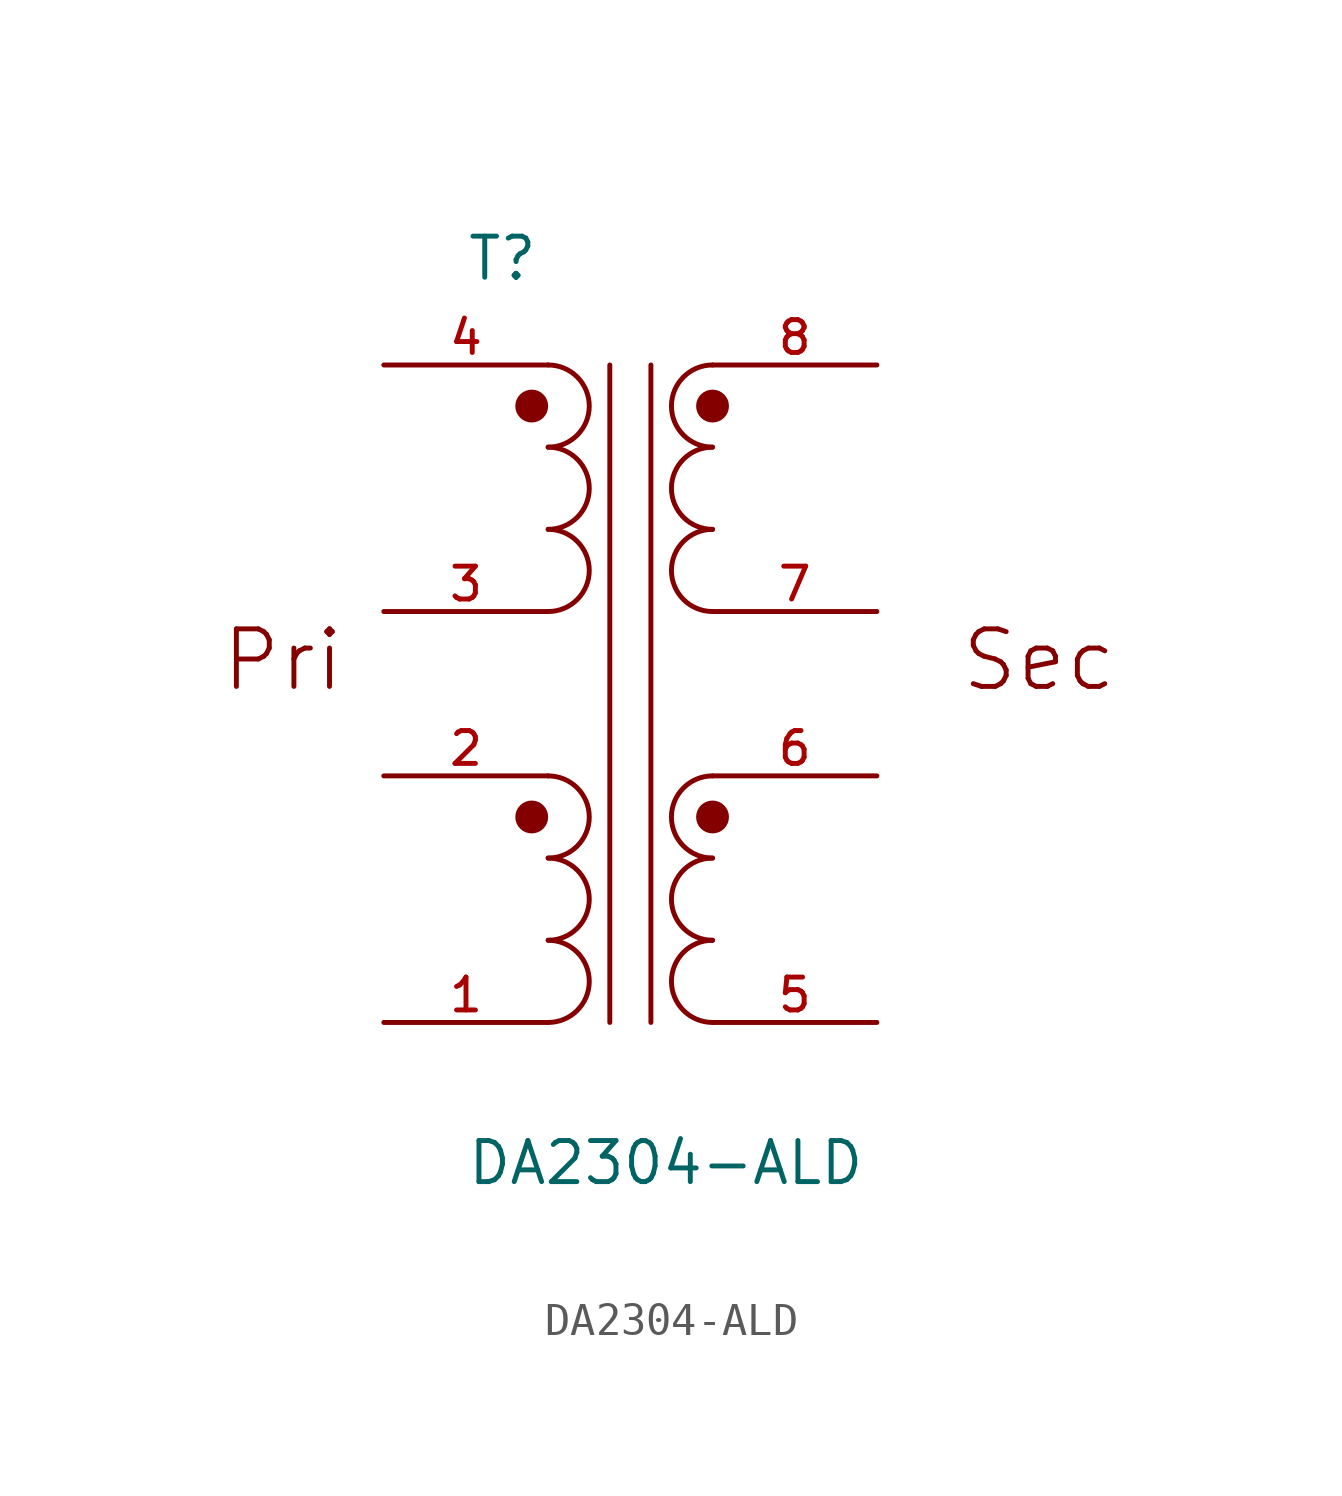
<source format=kicad_sym>
(kicad_symbol_lib
  (version 20211014)
  (generator kicad_symbol_editor)
  (symbol "DA2304-ALD"
    (pin_names
      (offset 1.016))
    (property "Reference" "T"
      (at -5.084 12.708 0)
      (effects (font (size 1.27 1.27)) (justify bottom left)))
    (property "Value" "DA2304-ALD"
      (at -5.081 -15.243 0)
      (effects (font (size 1.27 1.27)) (justify bottom left)))
    (symbol "DA2304-ALD_0_0"
      (arc (start -2.54 2.54) (mid -1.27 3.81) (end -2.54 5.08) (stroke (width 0.1524) (type default) (color 0 0 0 0)) (fill (type none)))
      (arc (start -2.54 -7.62) (mid -1.27 -6.35) (end -2.54 -5.08) (stroke (width 0.1524) (type default) (color 0 0 0 0)) (fill (type none)))
      (arc (start -2.54 -10.16) (mid -1.27 -8.89) (end -2.54 -7.62) (stroke (width 0.1524) (type default) (color 0 0 0 0)) (fill (type none)))
      (arc (start 2.54 -7.62) (mid 1.27 -8.89) (end 2.54 -10.16) (stroke (width 0.1524) (type default) (color 0 0 0 0)) (fill (type none)))
      (arc (start 2.54 -5.08) (mid 1.27 -6.35) (end 2.54 -7.62) (stroke (width 0.1524) (type default) (color 0 0 0 0)) (fill (type none)))
      (arc (start 2.54 5.08) (mid 1.27 3.81) (end 2.54 2.54) (stroke (width 0.1524) (type default) (color 0 0 0 0)) (fill (type none)))
      (arc (start -2.54 5.08) (mid -1.27 6.35) (end -2.54 7.62) (stroke (width 0.1524) (type default) (color 0 0 0 0)) (fill (type none)))
      (arc (start -2.54 7.62) (mid -1.27 8.89) (end -2.54 10.16) (stroke (width 0.1524) (type default) (color 0 0 0 0)) (fill (type none)))
      (arc (start 2.54 7.62) (mid 1.27 6.35) (end 2.54 5.08) (stroke (width 0.1524) (type default) (color 0 0 0 0)) (fill (type none)))
      (arc (start 2.54 10.16) (mid 1.27 8.89) (end 2.54 7.62) (stroke (width 0.1524) (type default) (color 0 0 0 0)) (fill (type none)))
      (polyline (pts (xy -0.635 10.16) (xy -0.635 -10.16)) (stroke (width 0.152)))
      (polyline (pts (xy 0.635 10.16) (xy 0.635 -10.16)) (stroke (width 0.152)))
      (circle (center -3.048 8.89) (radius 0.254) (stroke (width 0.508)) (fill (type none)))
      (circle (center 2.54 8.89) (radius 0.254) (stroke (width 0.508)) (fill (type none)))
      (arc (start -2.54 -5.08) (mid -1.27 -3.81) (end -2.54 -2.54) (stroke (width 0.1524) (type default) (color 0 0 0 0)) (fill (type none)))
      (arc (start 2.54 -2.54) (mid 1.27 -3.81) (end 2.54 -5.08) (stroke (width 0.1524) (type default) (color 0 0 0 0)) (fill (type none)))
      (circle (center -3.048 -3.81) (radius 0.254) (stroke (width 0.508)) (fill (type none)))
      (circle (center 2.54 -3.81) (radius 0.254) (stroke (width 0.508)) (fill (type none)))
      (text "Pri" (at -12.7 0.0 0) (effects (font (size 1.778 1.778)) (justify bottom left)))
      (text "Sec" (at 10.16 0.0 0) (effects (font (size 1.778 1.778)) (justify bottom left)))
      (pin passive line (at -7.62 10.16 0) (length 5.08) (name "~" (effects (font (size 1.016 1.016)))) (number "4" (effects (font (size 1.016 1.016)))))
      (pin passive line (at -7.62 -2.54 0) (length 5.08) (name "~" (effects (font (size 1.016 1.016)))) (number "2" (effects (font (size 1.016 1.016)))))
      (pin passive line (at 7.62 -2.54 180.0) (length 5.08) (name "~" (effects (font (size 1.016 1.016)))) (number "6" (effects (font (size 1.016 1.016)))))
      (pin passive line (at 7.62 10.16 180.0) (length 5.08) (name "~" (effects (font (size 1.016 1.016)))) (number "8" (effects (font (size 1.016 1.016)))))
      (pin passive line (at -7.62 -10.16 0) (length 5.08) (name "~" (effects (font (size 1.016 1.016)))) (number "1" (effects (font (size 1.016 1.016)))))
      (pin passive line (at 7.62 -10.16 180.0) (length 5.08) (name "~" (effects (font (size 1.016 1.016)))) (number "5" (effects (font (size 1.016 1.016)))))
      (pin passive line (at -7.62 2.54 0) (length 5.08) (name "~" (effects (font (size 1.016 1.016)))) (number "3" (effects (font (size 1.016 1.016)))))
      (pin passive line (at 7.62 2.54 180.0) (length 5.08) (name "~" (effects (font (size 1.016 1.016)))) (number "7" (effects (font (size 1.016 1.016))))))))
</source>
